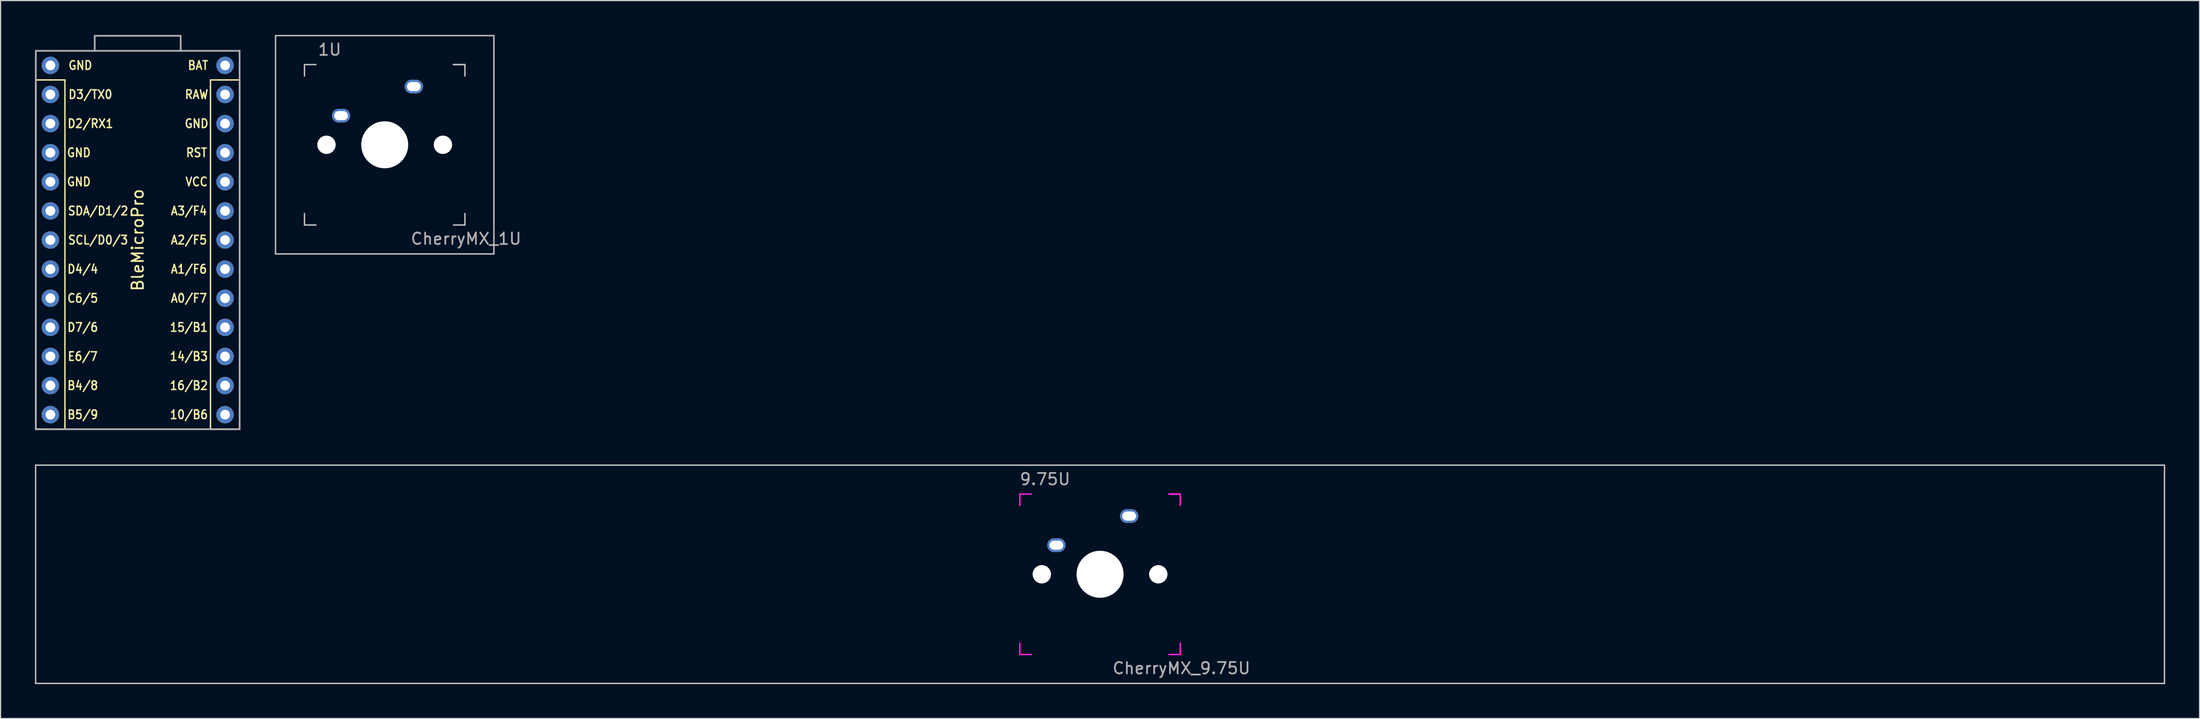
<source format=kicad_pcb>
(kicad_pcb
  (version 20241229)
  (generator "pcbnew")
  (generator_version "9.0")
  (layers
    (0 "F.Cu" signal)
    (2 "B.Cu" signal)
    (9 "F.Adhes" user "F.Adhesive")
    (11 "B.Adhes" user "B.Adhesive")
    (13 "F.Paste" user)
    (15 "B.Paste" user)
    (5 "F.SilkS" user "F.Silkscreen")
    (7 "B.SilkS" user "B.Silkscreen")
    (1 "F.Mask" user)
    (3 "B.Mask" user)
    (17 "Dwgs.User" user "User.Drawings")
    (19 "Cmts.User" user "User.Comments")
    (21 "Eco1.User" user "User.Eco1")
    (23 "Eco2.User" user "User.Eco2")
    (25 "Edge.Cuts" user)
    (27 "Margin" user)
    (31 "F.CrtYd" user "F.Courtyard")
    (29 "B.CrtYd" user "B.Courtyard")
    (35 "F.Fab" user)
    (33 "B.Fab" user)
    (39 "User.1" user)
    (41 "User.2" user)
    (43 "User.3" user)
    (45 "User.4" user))
  (footprint "BleMicroPro"
    (layer "F.Cu")
    (at 8.965 17.897)
    (property "Reference" "BleMicroPro" (at 0 0 270) (layer "F.SilkS") (effects (font (size 1 1) (thickness 0.15))))
    (attr through_hole)
    (fp_line (start -8.89 -13.97) (end -6.35 -13.97) (stroke (width 0.12) (type solid)) (layer "F.SilkS"))
    (fp_line (start -8.89 16.51) (end -8.89 -13.97) (stroke (width 0.12) (type solid)) (layer "F.SilkS"))
    (fp_line (start -6.35 -13.97) (end -6.35 16.51) (stroke (width 0.12) (type solid)) (layer "F.SilkS"))
    (fp_line (start -6.35 16.51) (end -8.89 16.51) (stroke (width 0.12) (type solid)) (layer "F.SilkS"))
    (fp_line (start 6.35 -13.97) (end 6.35 16.51) (stroke (width 0.12) (type solid)) (layer "F.SilkS"))
    (fp_line (start 6.35 16.51) (end 8.89 16.51) (stroke (width 0.12) (type solid)) (layer "F.SilkS"))
    (fp_line (start 8.89 -13.97) (end 6.35 -13.97) (stroke (width 0.12) (type solid)) (layer "F.SilkS"))
    (fp_line (start 8.89 16.51) (end 8.89 -13.97) (stroke (width 0.12) (type solid)) (layer "F.SilkS"))
    (fp_line (start -8.89 -16.51) (end -3.75 -16.51) (stroke (width 0.15) (type solid)) (layer "F.Fab"))
    (fp_line (start -8.89 16.51) (end -8.89 -16.51) (stroke (width 0.15) (type solid)) (layer "F.Fab"))
    (fp_line (start -3.75 -17.822) (end -3.75 -16.51) (stroke (width 0.15) (type solid)) (layer "F.Fab"))
    (fp_line (start -3.75 -17.822) (end 3.75 -17.822) (stroke (width 0.15) (type solid)) (layer "F.Fab"))
    (fp_line (start -3.75 -16.51) (end 3.75 -16.51) (stroke (width 0.15) (type solid)) (layer "F.Fab"))
    (fp_line (start 3.75 -17.822) (end 3.75 -16.51) (stroke (width 0.15) (type solid)) (layer "F.Fab"))
    (fp_line (start 3.75 -16.51) (end 8.89 -16.51) (stroke (width 0.15) (type solid)) (layer "F.Fab"))
    (fp_line (start 8.89 -16.522) (end 8.89 16.51) (stroke (width 0.15) (type solid)) (layer "F.Fab"))
    (fp_line (start 8.89 16.51) (end -8.89 16.51) (stroke (width 0.15) (type solid)) (layer "F.Fab"))
    (fp_text user "SCL/D0/3" (at -3.459 0 0) (layer "F.SilkS") (effects (font (size 0.75 0.67) (thickness 0.125))))
    (fp_text user "16/B2" (at 4.466 12.7 0) (layer "F.SilkS") (effects (font (size 0.75 0.67) (thickness 0.125))))
    (fp_text user "RST" (at 5.136 -7.62 0) (layer "F.SilkS") (effects (font (size 0.75 0.67) (thickness 0.125))))
    (fp_text user "D7/6" (at -4.799 7.62 0) (layer "F.SilkS") (effects (font (size 0.75 0.67) (thickness 0.125))))
    (fp_text user "GND" (at -5.134 -7.62 0) (layer "F.SilkS") (effects (font (size 0.75 0.67) (thickness 0.125))))
    (fp_text user "A1/F6" (at 4.466 2.54 0) (layer "F.SilkS") (effects (font (size 0.75 0.67) (thickness 0.125))))
    (fp_text user "10/B6" (at 4.466 15.24 0) (layer "F.SilkS") (effects (font (size 0.75 0.67) (thickness 0.125))))
    (fp_text user "14/B3" (at 4.466 10.16 0) (layer "F.SilkS") (effects (font (size 0.75 0.67) (thickness 0.125))))
    (fp_text user "D4/4" (at -4.799 2.54 0) (layer "F.SilkS") (effects (font (size 0.75 0.67) (thickness 0.125))))
    (fp_text user "GND" (at 5.136 -10.16 0) (layer "F.SilkS") (effects (font (size 0.75 0.67) (thickness 0.125))))
    (fp_text user "E6/7" (at -4.799 10.16 0) (layer "F.SilkS") (effects (font (size 0.75 0.67) (thickness 0.125))))
    (fp_text user "D3/TX0" (at -4.129 -12.7 0) (layer "F.SilkS") (effects (font (size 0.75 0.67) (thickness 0.125))))
    (fp_text user "SDA/D1/2" (at -3.459 -2.54 0) (layer "F.SilkS") (effects (font (size 0.75 0.67) (thickness 0.125))))
    (fp_text user "BAT" (at 5.264 -15.24 0) (layer "F.SilkS") (effects (font (size 0.75 0.67) (thickness 0.125))))
    (fp_text user "B4/8" (at -4.799 12.7 0) (layer "F.SilkS") (effects (font (size 0.75 0.67) (thickness 0.125))))
    (fp_text user "C6/5" (at -4.799 5.08 0) (layer "F.SilkS") (effects (font (size 0.75 0.67) (thickness 0.125))))
    (fp_text user "A0/F7" (at 4.466 5.08 0) (layer "F.SilkS") (effects (font (size 0.75 0.67) (thickness 0.125))))
    (fp_text user "15/B1" (at 4.466 7.62 0) (layer "F.SilkS") (effects (font (size 0.75 0.67) (thickness 0.125))))
    (fp_text user "VCC" (at 5.136 -5.08 0) (layer "F.SilkS") (effects (font (size 0.75 0.67) (thickness 0.125))))
    (fp_text user "D2/RX1" (at -4.129 -10.16 0) (layer "F.SilkS") (effects (font (size 0.75 0.67) (thickness 0.125))))
    (fp_text user "B5/9" (at -4.799 15.24 0) (layer "F.SilkS") (effects (font (size 0.75 0.67) (thickness 0.125))))
    (fp_text user "RAW" (at 5.136 -12.7 0) (layer "F.SilkS") (effects (font (size 0.75 0.67) (thickness 0.125))))
    (fp_text user "GND" (at -5.134 -5.08 0) (layer "F.SilkS") (effects (font (size 0.75 0.67) (thickness 0.125))))
    (fp_text user "A3/F4" (at 4.466 -2.54 0) (layer "F.SilkS") (effects (font (size 0.75 0.67) (thickness 0.125))))
    (fp_text user "A2/F5" (at 4.466 0 0) (layer "F.SilkS") (effects (font (size 0.75 0.67) (thickness 0.125))))
    (fp_text user "GND" (at -5.006 -15.24 0) (layer "F.SilkS") (effects (font (size 0.75 0.67) (thickness 0.125))))
    (pad "1" thru_hole circle (at -7.62 -15.24) (size 1.524 1.524) (drill 0.85) (layers "*.Cu" "*.Mask"))
    (pad "2" thru_hole circle (at -7.62 -12.7) (size 1.524 1.524) (drill 0.85) (layers "*.Cu" "*.Mask"))
    (pad "3" thru_hole circle (at -7.62 -10.16) (size 1.524 1.524) (drill 0.85) (layers "*.Cu" "*.Mask"))
    (pad "4" thru_hole circle (at -7.62 -7.62) (size 1.524 1.524) (drill 0.85) (layers "*.Cu" "*.Mask"))
    (pad "5" thru_hole circle (at -7.62 -5.08) (size 1.524 1.524) (drill 0.85) (layers "*.Cu" "*.Mask"))
    (pad "6" thru_hole circle (at -7.62 -2.54) (size 1.524 1.524) (drill 0.85) (layers "*.Cu" "*.Mask"))
    (pad "7" thru_hole circle (at -7.62 0) (size 1.524 1.524) (drill 0.85) (layers "*.Cu" "*.Mask"))
    (pad "8" thru_hole circle (at -7.62 2.54) (size 1.524 1.524) (drill 0.85) (layers "*.Cu" "*.Mask"))
    (pad "9" thru_hole circle (at -7.62 5.08) (size 1.524 1.524) (drill 0.85) (layers "*.Cu" "*.Mask"))
    (pad "10" thru_hole circle (at -7.62 7.62) (size 1.524 1.524) (drill 0.85) (layers "*.Cu" "*.Mask"))
    (pad "11" thru_hole circle (at -7.62 10.16) (size 1.524 1.524) (drill 0.85) (layers "*.Cu" "*.Mask"))
    (pad "12" thru_hole circle (at -7.62 12.7) (size 1.524 1.524) (drill 0.85) (layers "*.Cu" "*.Mask"))
    (pad "13" thru_hole circle (at -7.62 15.24) (size 1.524 1.524) (drill 0.85) (layers "*.Cu" "*.Mask"))
    (pad "14" thru_hole circle (at 7.62 15.24) (size 1.524 1.524) (drill 0.85) (layers "*.Cu" "*.Mask"))
    (pad "15" thru_hole circle (at 7.62 12.7) (size 1.524 1.524) (drill 0.85) (layers "*.Cu" "*.Mask"))
    (pad "16" thru_hole circle (at 7.62 10.16) (size 1.524 1.524) (drill 0.85) (layers "*.Cu" "*.Mask"))
    (pad "17" thru_hole circle (at 7.62 7.62) (size 1.524 1.524) (drill 0.85) (layers "*.Cu" "*.Mask"))
    (pad "18" thru_hole circle (at 7.62 5.08) (size 1.524 1.524) (drill 0.85) (layers "*.Cu" "*.Mask"))
    (pad "19" thru_hole circle (at 7.62 2.54) (size 1.524 1.524) (drill 0.85) (layers "*.Cu" "*.Mask"))
    (pad "20" thru_hole circle (at 7.62 0) (size 1.524 1.524) (drill 0.85) (layers "*.Cu" "*.Mask"))
    (pad "21" thru_hole circle (at 7.62 -2.54) (size 1.524 1.524) (drill 0.85) (layers "*.Cu" "*.Mask"))
    (pad "22" thru_hole circle (at 7.62 -5.08) (size 1.524 1.524) (drill 0.85) (layers "*.Cu" "*.Mask"))
    (pad "23" thru_hole circle (at 7.62 -7.62) (size 1.524 1.524) (drill 0.85) (layers "*.Cu" "*.Mask"))
    (pad "24" thru_hole circle (at 7.62 -10.16) (size 1.524 1.524) (drill 0.85) (layers "*.Cu" "*.Mask"))
    (pad "25" thru_hole circle (at 7.62 -12.7) (size 1.524 1.524) (drill 0.85) (layers "*.Cu" "*.Mask"))
    (pad "26" thru_hole circle (at 7.62 -15.24) (size 1.524 1.524) (drill 0.85) (layers "*.Cu" "*.Mask")))
  (footprint "CherryMX_1U"
    (layer "F.Cu")
    (at 30.515 9.585)
    (property "Reference" "CherryMX_1U" (at 7.1 8.2 0) (layer "F.Fab") (effects (font (size 1 1) (thickness 0.15))))
    (attr through_hole)
    (fp_line (start -9.525 -9.525) (end 9.525 -9.525) (stroke (width 0.12) (type solid)) (layer "Dwgs.User"))
    (fp_line (start -9.525 9.525) (end -9.525 -9.525) (stroke (width 0.12) (type solid)) (layer "Dwgs.User"))
    (fp_line (start -7 -7) (end -7 -6) (stroke (width 0.12) (type solid)) (layer "Dwgs.User"))
    (fp_line (start -7 -7) (end -6 -7) (stroke (width 0.12) (type solid)) (layer "Dwgs.User"))
    (fp_line (start -7 7) (end -7 6) (stroke (width 0.12) (type solid)) (layer "Dwgs.User"))
    (fp_line (start -7 7) (end -6 7) (stroke (width 0.12) (type solid)) (layer "Dwgs.User"))
    (fp_line (start 6 -7) (end 7 -7) (stroke (width 0.12) (type solid)) (layer "Dwgs.User"))
    (fp_line (start 7 -7) (end 6 -7) (stroke (width 0.12) (type solid)) (layer "Dwgs.User"))
    (fp_line (start 7 -7) (end 7 -6) (stroke (width 0.12) (type solid)) (layer "Dwgs.User"))
    (fp_line (start 7 7) (end 6 7) (stroke (width 0.12) (type solid)) (layer "Dwgs.User"))
    (fp_line (start 7 7) (end 7 6) (stroke (width 0.12) (type solid)) (layer "Dwgs.User"))
    (fp_line (start 9.525 -9.525) (end 9.525 9.525) (stroke (width 0.12) (type solid)) (layer "Dwgs.User"))
    (fp_line (start 9.525 9.525) (end -9.525 9.525) (stroke (width 0.12) (type solid)) (layer "Dwgs.User"))
    (fp_text user "1U" (at -4.8 -8.3 0) (layer "F.Fab") (effects (font (size 1 1) (thickness 0.15))))
    (pad "" np_thru_hole circle (at -5.08 0) (size 1.6 1.6) (drill 1.6) (layers "*.Cu" "*.Mask"))
    (pad "" np_thru_hole circle (at 0 0) (size 4.1 4.1) (drill 4.1) (layers "*.Cu" "*.Mask"))
    (pad "" np_thru_hole circle (at 5.08 0) (size 1.6 1.6) (drill 1.6) (layers "*.Cu" "*.Mask"))
    (pad "1" thru_hole oval (at -3.81 -2.54) (size 1.6 1.2) (drill oval 1.2 0.8) (layers "*.Cu" "*.Mask"))
    (pad "2" thru_hole oval (at 2.54 -5.08) (size 1.6 1.2) (drill oval 1.2 0.8) (layers "*.Cu" "*.Mask")))
  (footprint "CherryMX_9.75U"
    (layer "F.Cu")
    (at 92.929 47.067)
    (property "Reference" "CherryMX_9.75U" (at 7.1 8.2 0) (layer "F.Fab") (effects (font (size 1 1) (thickness 0.15))))
    (attr through_hole)
    (fp_line (start -92.869 -9.525) (end 92.869 -9.525) (stroke (width 0.12) (type solid)) (layer "Dwgs.User"))
    (fp_line (start -92.869 9.525) (end -92.869 -9.525) (stroke (width 0.12) (type solid)) (layer "Dwgs.User"))
    (fp_line (start 92.869 -9.525) (end 92.869 9.525) (stroke (width 0.12) (type solid)) (layer "Dwgs.User"))
    (fp_line (start 92.869 9.525) (end -92.869 9.525) (stroke (width 0.12) (type solid)) (layer "Dwgs.User"))
    (fp_line (start -7 -7) (end -7 -6) (stroke (width 0.12) (type solid)) (layer "F.CrtYd"))
    (fp_line (start -7 -7) (end -6 -7) (stroke (width 0.12) (type solid)) (layer "F.CrtYd"))
    (fp_line (start -7 7) (end -7 6) (stroke (width 0.12) (type solid)) (layer "F.CrtYd"))
    (fp_line (start -7 7) (end -6 7) (stroke (width 0.12) (type solid)) (layer "F.CrtYd"))
    (fp_line (start 6 -7) (end 7 -7) (stroke (width 0.12) (type solid)) (layer "F.CrtYd"))
    (fp_line (start 7 -7) (end 6 -7) (stroke (width 0.12) (type solid)) (layer "F.CrtYd"))
    (fp_line (start 7 -7) (end 7 -6) (stroke (width 0.12) (type solid)) (layer "F.CrtYd"))
    (fp_line (start 7 7) (end 6 7) (stroke (width 0.12) (type solid)) (layer "F.CrtYd"))
    (fp_line (start 7 7) (end 7 6) (stroke (width 0.12) (type solid)) (layer "F.CrtYd"))
    (fp_text user "9.75U" (at -4.8 -8.3 0) (layer "F.Fab") (effects (font (size 1 1) (thickness 0.15))))
    (pad "" np_thru_hole circle (at -5.08 0) (size 1.6 1.6) (drill 1.6) (layers "*.Cu" "*.Mask"))
    (pad "" np_thru_hole circle (at 0 0) (size 4.1 4.1) (drill 4.1) (layers "*.Cu" "*.Mask"))
    (pad "" np_thru_hole circle (at 5.08 0) (size 1.6 1.6) (drill 1.6) (layers "*.Cu" "*.Mask"))
    (pad "1" thru_hole oval (at -3.81 -2.54) (size 1.6 1.2) (drill oval 1.2 0.8) (layers "*.Cu" "*.Mask"))
    (pad "2" thru_hole oval (at 2.54 -5.08) (size 1.6 1.2) (drill oval 1.2 0.8) (layers "*.Cu" "*.Mask")))
  (gr_rect
    (start -3 -3)
    (end 188.857 59.652)
    (stroke (width 0.1) (type default))
    (fill no)
    (layer "Edge.Cuts")))
</source>
